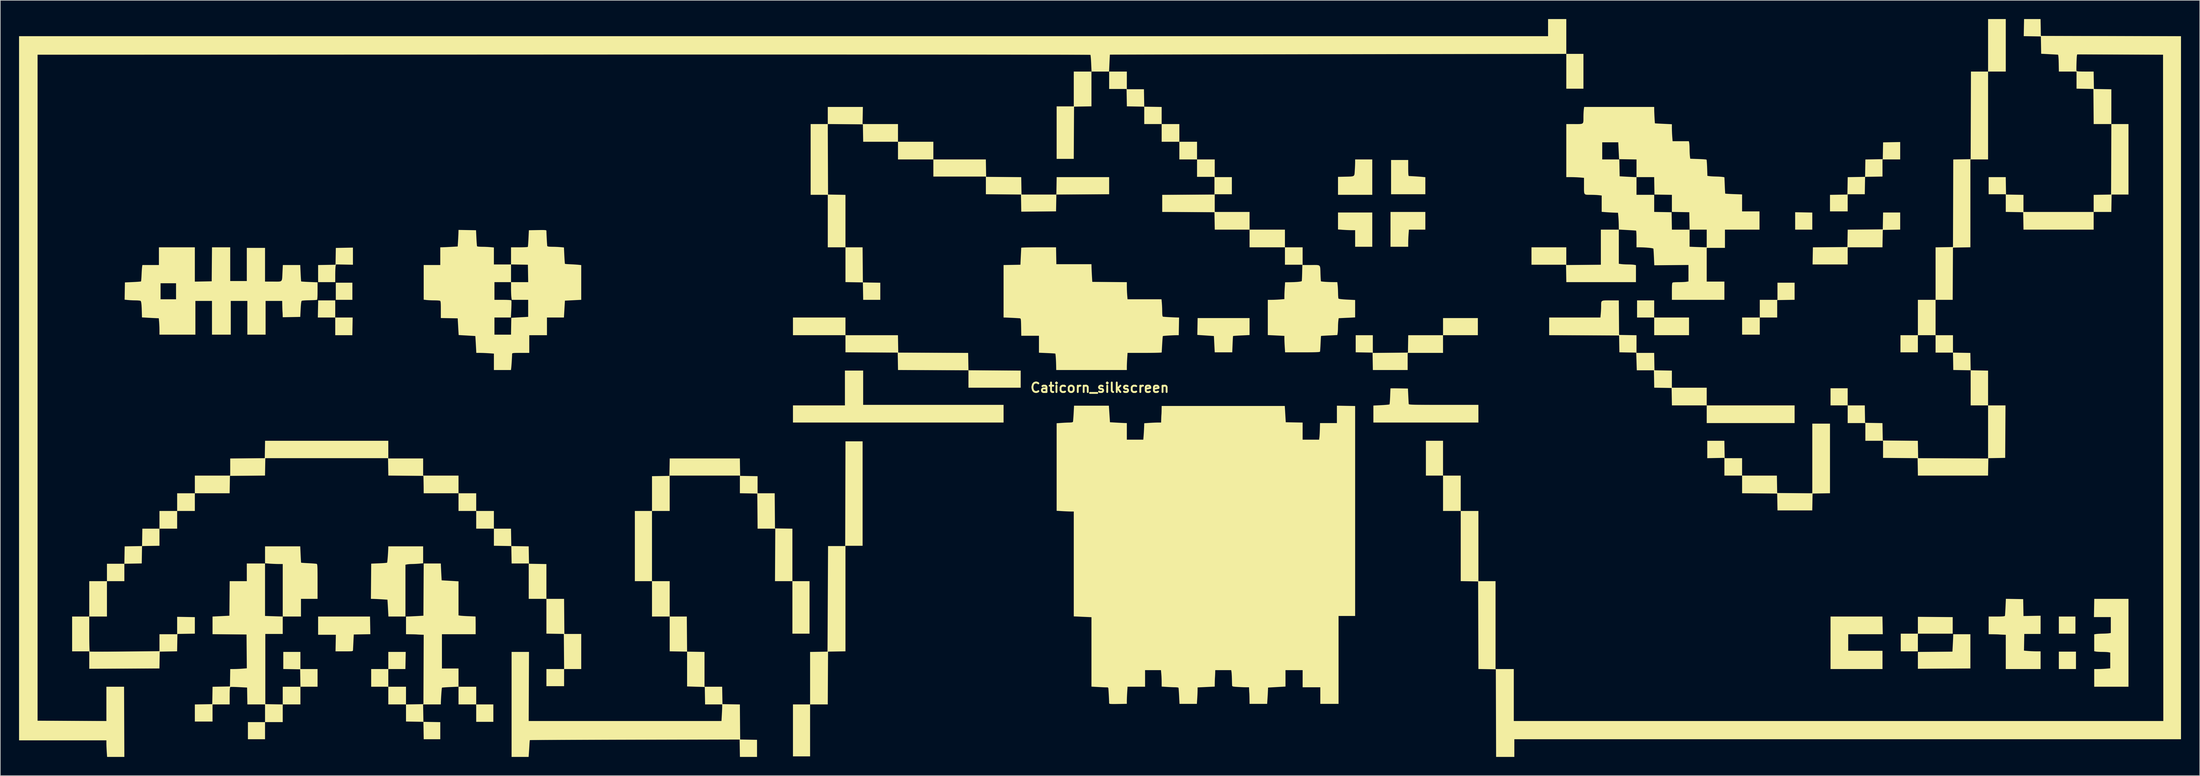
<source format=kicad_pcb>
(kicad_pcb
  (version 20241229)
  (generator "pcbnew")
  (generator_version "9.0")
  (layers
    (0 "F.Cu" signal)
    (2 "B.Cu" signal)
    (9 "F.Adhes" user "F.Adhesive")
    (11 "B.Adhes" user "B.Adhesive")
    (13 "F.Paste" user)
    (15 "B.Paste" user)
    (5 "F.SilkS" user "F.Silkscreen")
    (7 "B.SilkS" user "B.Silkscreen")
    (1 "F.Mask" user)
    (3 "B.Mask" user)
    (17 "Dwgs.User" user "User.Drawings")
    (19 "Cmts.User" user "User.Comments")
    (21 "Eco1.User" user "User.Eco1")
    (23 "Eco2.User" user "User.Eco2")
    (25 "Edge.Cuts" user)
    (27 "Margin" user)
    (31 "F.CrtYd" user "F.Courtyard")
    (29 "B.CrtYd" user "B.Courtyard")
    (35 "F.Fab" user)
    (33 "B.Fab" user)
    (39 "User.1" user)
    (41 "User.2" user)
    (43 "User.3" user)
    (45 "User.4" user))
  (footprint "Caticorn_silkscreen"
    (layer "F.Cu")
    (at 173.021 59.031)
    (property "Reference" "Caticorn_silkscreen" (at 0 0 0) (layer "F.SilkS") (effects (font (size 1.524 1.524) (thickness 0.3))))
    (attr board_only exclude_from_pos_files exclude_from_bom)
    (fp_poly (pts (xy -158.949 36.64) (xy -161.781 36.64) (xy -161.781 30.976) (xy -158.949 30.976)) (stroke (width 0) (type solid)) (fill yes) (layer "F.SilkS"))
    (fp_poly (pts (xy -147.709 22.568) (xy -150.541 22.568) (xy -150.541 19.736) (xy -147.709 19.736)) (stroke (width 0) (type solid)) (fill yes) (layer "F.SilkS"))
    (fp_poly (pts (xy -144.877 19.736) (xy -147.709 19.736) (xy -147.709 16.904) (xy -144.877 16.904)) (stroke (width 0) (type solid)) (fill yes) (layer "F.SilkS"))
    (fp_poly (pts (xy -133.638 56.287) (xy -136.381 56.287) (xy -136.381 53.544) (xy -133.638 53.544)) (stroke (width 0) (type solid)) (fill yes) (layer "F.SilkS"))
    (fp_poly (pts (xy -127.974 50.711) (xy -130.806 50.711) (xy -130.806 47.879) (xy -127.974 47.879)) (stroke (width 0) (type solid)) (fill yes) (layer "F.SilkS"))
    (fp_poly (pts (xy -119.654 -14.072) (xy -122.309 -14.072) (xy -122.309 -16.815) (xy -119.654 -16.815)) (stroke (width 0) (type solid)) (fill yes) (layer "F.SilkS"))
    (fp_poly (pts (xy -113.902 47.879) (xy -116.645 47.879) (xy -116.645 45.047) (xy -113.902 45.047)) (stroke (width 0) (type solid)) (fill yes) (layer "F.SilkS"))
    (fp_poly (pts (xy -111.07 50.711) (xy -113.902 50.711) (xy -113.902 47.879) (xy -111.07 47.879)) (stroke (width 0) (type solid)) (fill yes) (layer "F.SilkS"))
    (fp_poly (pts (xy -99.83 19.736) (xy -102.662 19.736) (xy -102.662 16.904) (xy -99.83 16.904)) (stroke (width 0) (type solid)) (fill yes) (layer "F.SilkS"))
    (fp_poly (pts (xy -99.83 50.711) (xy -102.662 50.711) (xy -102.662 47.879) (xy -99.83 47.879)) (stroke (width 0) (type solid)) (fill yes) (layer "F.SilkS"))
    (fp_poly (pts (xy -97.086 53.499) (xy -99.83 53.499) (xy -99.83 50.711) (xy -97.086 50.711)) (stroke (width 0) (type solid)) (fill yes) (layer "F.SilkS"))
    (fp_poly (pts (xy -96.998 22.568) (xy -99.83 22.568) (xy -99.83 19.736) (xy -96.998 19.736)) (stroke (width 0) (type solid)) (fill yes) (layer "F.SilkS"))
    (fp_poly (pts (xy -85.758 47.791) (xy -88.59 47.791) (xy -88.59 45.047) (xy -85.758 45.047)) (stroke (width 0) (type solid)) (fill yes) (layer "F.SilkS"))
    (fp_poly (pts (xy -71.686 30.976) (xy -74.43 30.976) (xy -74.43 19.736) (xy -71.686 19.736)) (stroke (width 0) (type solid)) (fill yes) (layer "F.SilkS"))
    (fp_poly (pts (xy -68.854 36.64) (xy -71.686 36.64) (xy -71.686 30.976) (xy -68.854 30.976)) (stroke (width 0) (type solid)) (fill yes) (layer "F.SilkS"))
    (fp_poly (pts (xy -46.463 39.383) (xy -49.207 39.383) (xy -49.207 30.976) (xy -46.463 30.976)) (stroke (width 0) (type solid)) (fill yes) (layer "F.SilkS"))
    (fp_poly (pts (xy -46.375 59.031) (xy -49.118 59.031) (xy -49.118 50.711) (xy -46.375 50.711)) (stroke (width 0) (type solid)) (fill yes) (layer "F.SilkS"))
    (fp_poly (pts (xy -43.543 -42.218) (xy -43.543 -42.215) (xy -43.544 -42.215) (xy -43.544 -42.218)) (stroke (width 0) (type solid)) (fill yes) (layer "F.SilkS"))
    (fp_poly (pts (xy -40.711 -8.408) (xy -49.118 -8.408) (xy -49.118 -11.24) (xy -40.711 -11.24)) (stroke (width 0) (type solid)) (fill yes) (layer "F.SilkS"))
    (fp_poly (pts (xy -26.639 -36.551) (xy -32.303 -36.551) (xy -32.303 -39.383) (xy -26.639 -39.383)) (stroke (width 0) (type solid)) (fill yes) (layer "F.SilkS"))
    (fp_poly (pts (xy -12.656 -2.742) (xy -12.656 0) (xy -21.019 0.000138) (xy -21.019 -2.788)) (stroke (width 0) (type solid)) (fill yes) (layer "F.SilkS"))
    (fp_poly (pts (xy 12.744 -39.383) (xy 9.912 -39.383) (xy 9.912 -42.215) (xy 12.744 -42.215)) (stroke (width 0) (type solid)) (fill yes) (layer "F.SilkS"))
    (fp_poly (pts (xy 15.576 -36.551) (xy 12.744 -36.551) (xy 12.744 -39.383) (xy 15.576 -39.383)) (stroke (width 0) (type solid)) (fill yes) (layer "F.SilkS"))
    (fp_poly (pts (xy 29.648 -22.479) (xy 23.984 -22.479) (xy 23.984 -25.311) (xy 29.648 -25.311)) (stroke (width 0) (type solid)) (fill yes) (layer "F.SilkS"))
    (fp_poly (pts (xy 54.96 14.072) (xy 52.216 14.072) (xy 52.216 8.496) (xy 54.96 8.496)) (stroke (width 0) (type solid)) (fill yes) (layer "F.SilkS"))
    (fp_poly (pts (xy 57.792 19.736) (xy 54.96 19.736) (xy 54.96 14.072) (xy 57.792 14.072)) (stroke (width 0) (type solid)) (fill yes) (layer "F.SilkS"))
    (fp_poly (pts (xy 60.535 -8.408) (xy 54.96 -8.408) (xy 54.96 -11.151) (xy 60.535 -11.151)) (stroke (width 0) (type solid)) (fill yes) (layer "F.SilkS"))
    (fp_poly (pts (xy 88.767 -11.24) (xy 86.024 -11.24) (xy 86.024 -13.983) (xy 88.767 -13.983)) (stroke (width 0) (type solid)) (fill yes) (layer "F.SilkS"))
    (fp_poly (pts (xy 94.343 -8.408) (xy 88.767 -8.408) (xy 88.767 -11.24) (xy 94.343 -11.24)) (stroke (width 0) (type solid)) (fill yes) (layer "F.SilkS"))
    (fp_poly (pts (xy 105.671 -8.496) (xy 102.839 -8.496) (xy 102.839 -11.24) (xy 105.671 -11.24)) (stroke (width 0) (type solid)) (fill yes) (layer "F.SilkS"))
    (fp_poly (pts (xy 111.247 5.664) (xy 97.175 5.664) (xy 97.175 2.832) (xy 111.247 2.832)) (stroke (width 0) (type solid)) (fill yes) (layer "F.SilkS"))
    (fp_poly (pts (xy 119.743 2.832) (xy 116.999 2.832) (xy 116.999 0.089) (xy 119.743 0.089)) (stroke (width 0) (type solid)) (fill yes) (layer "F.SilkS"))
    (fp_poly (pts (xy 130.983 -5.664) (xy 128.195 -5.664) (xy 128.195 -8.408) (xy 130.983 -8.408)) (stroke (width 0) (type solid)) (fill yes) (layer "F.SilkS"))
    (fp_poly (pts (xy 130.983 42.215) (xy 128.239 42.215) (xy 128.239 39.383) (xy 130.983 39.383)) (stroke (width 0) (type solid)) (fill yes) (layer "F.SilkS"))
    (fp_poly (pts (xy 133.815 -8.408) (xy 130.983 -8.408) (xy 130.983 -14.072) (xy 133.815 -14.072)) (stroke (width 0) (type solid)) (fill yes) (layer "F.SilkS"))
    (fp_poly (pts (xy 145.054 -50.623) (xy 142.222 -50.623) (xy 142.222 -59.031) (xy 145.054 -59.031)) (stroke (width 0) (type solid)) (fill yes) (layer "F.SilkS"))
    (fp_poly (pts (xy 156.206 39.383) (xy 153.551 39.383) (xy 153.551 36.64) (xy 156.206 36.64)) (stroke (width 0) (type solid)) (fill yes) (layer "F.SilkS"))
    (fp_poly (pts (xy 156.294 45.047) (xy 153.551 45.047) (xy 153.551 42.26) (xy 156.294 42.26)) (stroke (width 0) (type solid)) (fill yes) (layer "F.SilkS"))
    (fp_poly (pts (xy -111.167 45.047) (xy -113.902 45.047) (xy -113.902 42.304) (xy -112.508 42.304) (xy -111.114 42.304)) (stroke (width 0) (type solid)) (fill yes) (layer "F.SilkS"))
    (fp_poly (pts (xy 1.505 -30.977) (xy -6.947 -30.931) (xy -6.923 -32.325) (xy -6.899 -33.719) (xy 1.505 -33.719)) (stroke (width 0) (type solid)) (fill yes) (layer "F.SilkS"))
    (fp_poly (pts (xy 136.558 36.733) (xy 136.558 39.383) (xy 130.983 39.383) (xy 130.983 38.034) (xy 130.982 36.684)) (stroke (width 0) (type solid)) (fill yes) (layer "F.SilkS"))
    (fp_poly (pts (xy 136.602 -5.62) (xy 133.814 -5.62) (xy 133.815 -7.014) (xy 133.815 -8.408) (xy 136.602 -8.408)) (stroke (width 0) (type solid)) (fill yes) (layer "F.SilkS"))
    (fp_poly (pts (xy -156.161 30.976) (xy -157.555 30.976) (xy -158.949 30.976) (xy -158.949 29.582) (xy -158.949 28.188) (xy -156.161 28.188)) (stroke (width 0) (type solid)) (fill yes) (layer "F.SilkS"))
    (fp_poly (pts (xy -150.541 25.307) (xy -151.935 25.331) (xy -153.329 25.356) (xy -153.305 23.962) (xy -153.281 22.568) (xy -150.541 22.568)) (stroke (width 0) (type solid)) (fill yes) (layer "F.SilkS"))
    (fp_poly (pts (xy -122.398 -11.24) (xy -123.792 -11.24) (xy -125.186 -11.239) (xy -125.159 -12.611) (xy -125.133 -13.983) (xy -122.398 -13.983)) (stroke (width 0) (type solid)) (fill yes) (layer "F.SilkS"))
    (fp_poly (pts (xy -119.636 -9.824) (xy -119.663 -8.408) (xy -122.398 -8.408) (xy -122.398 -11.24) (xy -121.004 -11.24) (xy -119.61 -11.24)) (stroke (width 0) (type solid)) (fill yes) (layer "F.SilkS"))
    (fp_poly (pts (xy -106.932 53.524) (xy -105.583 53.548) (xy -105.583 56.287) (xy -108.233 56.287) (xy -108.258 54.893) (xy -108.282 53.499)) (stroke (width 0) (type solid)) (fill yes) (layer "F.SilkS"))
    (fp_poly (pts (xy -94.234 23.962) (xy -94.21 25.356) (xy -95.604 25.331) (xy -96.998 25.307) (xy -96.998 22.568) (xy -94.259 22.568)) (stroke (width 0) (type solid)) (fill yes) (layer "F.SilkS"))
    (fp_poly (pts (xy -66.09 39.45) (xy -66.067 42.26) (xy -67.46 42.235) (xy -68.854 42.211) (xy -68.854 36.64) (xy -66.113 36.64)) (stroke (width 0) (type solid)) (fill yes) (layer "F.SilkS"))
    (fp_poly (pts (xy -37.946 -19.67) (xy -37.923 -16.86) (xy -39.317 -16.884) (xy -40.711 -16.908) (xy -40.711 -22.479) (xy -37.97 -22.479)) (stroke (width 0) (type solid)) (fill yes) (layer "F.SilkS"))
    (fp_poly (pts (xy -36.529 -16.835) (xy -35.135 -16.811) (xy -35.135 -14.072) (xy -37.874 -14.072) (xy -37.899 -15.466) (xy -37.923 -16.86)) (stroke (width 0) (type solid)) (fill yes) (layer "F.SilkS"))
    (fp_poly (pts (xy 8.518 -44.979) (xy 9.912 -44.954) (xy 9.912 -42.215) (xy 8.518 -42.215) (xy 7.124 -42.215) (xy 7.124 -45.003)) (stroke (width 0) (type solid)) (fill yes) (layer "F.SilkS"))
    (fp_poly (pts (xy 112.707 -28.073) (xy 114.079 -28.046) (xy 114.079 -25.311) (xy 111.335 -25.311) (xy 111.335 -26.705) (xy 111.335 -28.099)) (stroke (width 0) (type solid)) (fill yes) (layer "F.SilkS"))
    (fp_poly (pts (xy 140.828 -2.763) (xy 142.222 -2.739) (xy 142.222 2.832) (xy 140.828 2.832) (xy 139.434 2.832) (xy 139.434 -2.788)) (stroke (width 0) (type solid)) (fill yes) (layer "F.SilkS"))
    (fp_poly (pts (xy -153.354 26.747) (xy -153.378 28.139) (xy -154.77 28.163) (xy -156.161 28.188) (xy -156.137 26.796) (xy -156.113 25.404) (xy -154.721 25.38) (xy -153.329 25.356)) (stroke (width 0) (type solid)) (fill yes) (layer "F.SilkS"))
    (fp_poly (pts (xy -37.879 2.744) (xy -15.399 2.744) (xy -15.399 5.576) (xy -49.118 5.576) (xy -49.118 2.832) (xy -40.799 2.832) (xy -40.799 -2.744) (xy -37.879 -2.744)) (stroke (width 0) (type solid)) (fill yes) (layer "F.SilkS"))
    (fp_poly (pts (xy 137.994 -5.596) (xy 139.386 -5.571) (xy 139.41 -4.179) (xy 139.434 -2.788) (xy 138.043 -2.812) (xy 136.651 -2.837) (xy 136.627 -4.228) (xy 136.602 -5.62)) (stroke (width 0) (type solid)) (fill yes) (layer "F.SilkS"))
    (fp_poly (pts (xy -1.328 -45.052) (xy -2.721 -45.028) (xy -4.115 -45.003) (xy -4.161 -36.64) (xy -6.903 -36.64) (xy -6.903 -45.047) (xy -4.16 -45.047) (xy -4.16 -50.623) (xy -1.328 -50.623)) (stroke (width 0) (type solid)) (fill yes) (layer "F.SilkS"))
    (fp_poly (pts (xy -127.974 45.047) (xy -125.23 45.047) (xy -125.23 47.879) (xy -127.969 47.879) (xy -127.993 46.486) (xy -128.018 45.092) (xy -129.367 45.067) (xy -130.717 45.043) (xy -130.717 42.304) (xy -127.974 42.304)) (stroke (width 0) (type solid)) (fill yes) (layer "F.SilkS"))
    (fp_poly (pts (xy -85.737 36.618) (xy -85.714 39.428) (xy -83.014 39.428) (xy -83.015 42.237) (xy -83.015 45.047) (xy -85.756 45.047) (xy -85.802 39.428) (xy -88.59 39.379) (xy -88.59 33.808) (xy -85.761 33.808)) (stroke (width 0) (type solid)) (fill yes) (layer "F.SilkS"))
    (fp_poly (pts (xy -43.521 -36.575) (xy -43.499 -30.931) (xy -42.105 -30.907) (xy -40.711 -30.883) (xy -40.711 -22.479) (xy -43.543 -22.479) (xy -43.543 -30.887) (xy -46.286 -30.887) (xy -46.286 -42.215) (xy -43.544 -42.215)) (stroke (width 0) (type solid)) (fill yes) (layer "F.SilkS"))
    (fp_poly (pts (xy 111.247 -14.076) (xy 109.853 -14.052) (xy 108.459 -14.028) (xy 108.459 -11.24) (xy 107.065 -11.24) (xy 105.671 -11.24) (xy 105.671 -14.072) (xy 108.503 -14.072) (xy 108.503 -16.815) (xy 111.247 -16.815)) (stroke (width 0) (type solid)) (fill yes) (layer "F.SilkS"))
    (fp_poly (pts (xy 125.336 38.056) (xy 125.363 39.472) (xy 122.597 39.472) (xy 119.831 39.472) (xy 119.831 42.127) (xy 125.318 42.127) (xy 125.318 45.047) (xy 116.999 45.047) (xy 116.999 36.64) (xy 125.31 36.64)) (stroke (width 0) (type solid)) (fill yes) (layer "F.SilkS"))
    (fp_poly (pts (xy 43.631 -22.568) (xy 40.888 -22.568) (xy 40.888 -25.223) (xy 40.326 -25.223) (xy 39.966 -25.23) (xy 39.514 -25.248) (xy 39.056 -25.274) (xy 38.954 -25.28) (xy 38.144 -25.338) (xy 38.144 -28.055) (xy 43.631 -28.055)) (stroke (width 0) (type solid)) (fill yes) (layer "F.SilkS"))
    (fp_poly (pts (xy 52.128 -25.311) (xy 49.499 -25.311) (xy 49.442 -24.581) (xy 49.413 -24.126) (xy 49.393 -23.633) (xy 49.385 -23.21) (xy 49.385 -23.21) (xy 49.384 -22.568) (xy 46.552 -22.568) (xy 46.552 -28.144) (xy 52.128 -28.144)) (stroke (width 0) (type solid)) (fill yes) (layer "F.SilkS"))
    (fp_poly (pts (xy 164.702 -30.931) (xy 162.002 -30.931) (xy 161.978 -29.537) (xy 161.954 -28.144) (xy 159.126 -28.144) (xy 159.126 -30.883) (xy 160.52 -30.907) (xy 161.914 -30.931) (xy 161.937 -36.573) (xy 161.959 -42.215) (xy 164.702 -42.215)) (stroke (width 0) (type solid)) (fill yes) (layer "F.SilkS"))
    (fp_poly (pts (xy -92.818 25.38) (xy -91.427 25.404) (xy -91.402 26.796) (xy -91.378 28.188) (xy -89.984 28.212) (xy -88.59 28.237) (xy -88.59 33.808) (xy -91.422 33.808) (xy -91.422 28.144) (xy -94.161 28.144) (xy -94.186 26.75) (xy -94.21 25.356)) (stroke (width 0) (type solid)) (fill yes) (layer "F.SilkS"))
    (fp_poly (pts (xy -37.949 -43.587) (xy -37.976 -42.215) (xy -32.303 -42.215) (xy -32.303 -39.383) (xy -37.874 -39.383) (xy -37.899 -40.777) (xy -37.923 -42.171) (xy -40.734 -42.194) (xy -43.543 -42.218) (xy -43.543 -44.959) (xy -40.733 -44.959) (xy -37.923 -44.959)) (stroke (width 0) (type solid)) (fill yes) (layer "F.SilkS"))
    (fp_poly (pts (xy 4.337 -47.791) (xy 7.076 -47.791) (xy 7.1 -46.397) (xy 7.124 -45.003) (xy 5.733 -45.027) (xy 4.341 -45.052) (xy 4.317 -46.444) (xy 4.292 -47.835) (xy 1.504 -47.835) (xy 1.504 -49.229) (xy 1.505 -50.623) (xy 4.337 -50.623)) (stroke (width 0) (type solid)) (fill yes) (layer "F.SilkS"))
    (fp_poly (pts (xy 100.027 9.89) (xy 100.051 11.284) (xy 102.839 11.284) (xy 102.839 12.678) (xy 102.839 14.072) (xy 100.007 14.072) (xy 100.007 11.231) (xy 98.635 11.258) (xy 97.263 11.284) (xy 97.263 9.89) (xy 97.263 8.496) (xy 100.002 8.496)) (stroke (width 0) (type solid)) (fill yes) (layer "F.SilkS"))
    (fp_poly (pts (xy 122.506 -32.37) (xy 122.482 -30.976) (xy 119.743 -30.976) (xy 119.743 -28.232) (xy 116.911 -28.232) (xy 116.911 -30.883) (xy 118.305 -30.907) (xy 119.699 -30.931) (xy 119.723 -32.323) (xy 119.747 -33.715) (xy 121.139 -33.739) (xy 122.531 -33.763)) (stroke (width 0) (type solid)) (fill yes) (layer "F.SilkS"))
    (fp_poly (pts (xy -32.283 -7.014) (xy -32.259 -5.62) (xy -26.663 -5.597) (xy -21.068 -5.574) (xy -21.044 -4.181) (xy -21.019 -2.788) (xy -32.299 -2.833) (xy -32.323 -4.227) (xy -32.347 -5.62) (xy -36.529 -5.643) (xy -40.711 -5.666) (xy -40.711 -8.408) (xy -32.308 -8.408)) (stroke (width 0) (type solid)) (fill yes) (layer "F.SilkS"))
    (fp_poly (pts (xy 128.151 -37.945) (xy 128.151 -36.551) (xy 125.318 -36.551) (xy 125.318 -33.812) (xy 123.925 -33.788) (xy 122.531 -33.763) (xy 122.555 -35.155) (xy 122.579 -36.547) (xy 123.971 -36.571) (xy 125.363 -36.595) (xy 125.387 -37.941) (xy 125.412 -39.286) (xy 126.781 -39.313) (xy 128.151 -39.339)) (stroke (width 0) (type solid)) (fill yes) (layer "F.SilkS"))
    (fp_poly (pts (xy 139.39 44.956) (xy 135.186 44.979) (xy 130.983 45.003) (xy 130.983 43.655) (xy 130.983 42.306) (xy 133.748 42.283) (xy 136.514 42.26) (xy 136.569 41.242) (xy 136.592 40.792) (xy 136.613 40.368) (xy 136.628 40.025) (xy 136.635 39.848) (xy 136.647 39.472) (xy 139.39 39.472)) (stroke (width 0) (type solid)) (fill yes) (layer "F.SilkS"))
    (fp_poly (pts (xy -37.967 25.311) (xy -40.711 25.311) (xy -40.711 42.211) (xy -42.105 42.235) (xy -43.499 42.26) (xy -43.522 46.486) (xy -43.545 50.711) (xy -46.375 50.711) (xy -46.375 42.308) (xy -43.587 42.26) (xy -43.499 25.356) (xy -40.755 25.356) (xy -40.732 16.97) (xy -40.71 8.585) (xy -37.967 8.585)) (stroke (width 0) (type solid)) (fill yes) (layer "F.SilkS"))
    (fp_poly (pts (xy 43.72 -5.573) (xy 46.53 -5.596) (xy 49.34 -5.62) (xy 49.364 -7.014) (xy 49.388 -8.408) (xy 54.96 -8.408) (xy 54.96 -5.576) (xy 49.295 -5.576) (xy 49.295 -2.832) (xy 43.724 -2.832) (xy 43.7 -4.226) (xy 43.676 -5.62) (xy 42.326 -5.644) (xy 40.976 -5.669) (xy 40.976 -8.408) (xy 43.72 -8.408)) (stroke (width 0) (type solid)) (fill yes) (layer "F.SilkS"))
    (fp_poly (pts (xy 142.222 -36.551) (xy 139.39 -36.551) (xy 139.39 -22.484) (xy 137.996 -22.46) (xy 136.602 -22.435) (xy 136.579 -18.253) (xy 136.556 -14.072) (xy 133.815 -14.072) (xy 133.815 -22.475) (xy 136.602 -22.524) (xy 136.625 -29.535) (xy 136.648 -36.547) (xy 139.434 -36.595) (xy 139.457 -43.609) (xy 139.48 -50.623) (xy 142.222 -50.623)) (stroke (width 0) (type solid)) (fill yes) (layer "F.SilkS"))
    (fp_poly (pts (xy 145.074 -32.325) (xy 145.099 -30.931) (xy 146.493 -30.907) (xy 147.886 -30.883) (xy 147.886 -28.144) (xy 159.126 -28.144) (xy 159.126 -25.311) (xy 147.891 -25.311) (xy 147.867 -26.705) (xy 147.842 -28.099) (xy 146.448 -28.124) (xy 145.054 -28.148) (xy 145.054 -30.976) (xy 142.311 -30.976) (xy 142.311 -33.719) (xy 145.05 -33.719)) (stroke (width 0) (type solid)) (fill yes) (layer "F.SilkS"))
    (fp_poly (pts (xy -119.566 -19.692) (xy -122.286 -19.744) (xy -122.342 -19.464) (xy -122.363 -19.268) (xy -122.381 -18.941) (xy -122.393 -18.526) (xy -122.398 -18.068) (xy -122.398 -18.043) (xy -122.398 -16.904) (xy -125.141 -16.904) (xy -125.141 -19.643) (xy -123.748 -19.667) (xy -122.354 -19.692) (xy -122.329 -21.037) (xy -122.305 -22.382) (xy -120.935 -22.409) (xy -119.566 -22.435)) (stroke (width 0) (type solid)) (fill yes) (layer "F.SilkS"))
    (fp_poly (pts (xy -18.211 -35.157) (xy -18.187 -33.763) (xy -15.379 -33.74) (xy -12.572 -33.717) (xy -12.547 -32.324) (xy -12.523 -30.931) (xy -6.947 -30.931) (xy -6.972 -29.584) (xy -6.996 -28.237) (xy -12.563 -28.188) (xy -12.587 -29.56) (xy -12.611 -30.931) (xy -18.231 -30.978) (xy -18.231 -33.808) (xy -26.639 -33.808) (xy -26.639 -36.551) (xy -18.236 -36.551)) (stroke (width 0) (type solid)) (fill yes) (layer "F.SilkS"))
    (fp_poly (pts (xy 49.384 -35.179) (xy 49.388 -34.647) (xy 49.401 -34.272) (xy 49.425 -34.035) (xy 49.461 -33.916) (xy 49.495 -33.894) (xy 49.759 -33.883) (xy 50.142 -33.863) (xy 50.583 -33.836) (xy 51.024 -33.806) (xy 51.408 -33.777) (xy 51.663 -33.755) (xy 52.128 -33.706) (xy 52.128 -30.976) (xy 46.64 -30.976) (xy 46.64 -36.463) (xy 49.384 -36.463)) (stroke (width 0) (type solid)) (fill yes) (layer "F.SilkS"))
    (fp_poly (pts (xy 116.911 16.899) (xy 115.517 16.924) (xy 114.123 16.948) (xy 114.099 18.298) (xy 114.074 19.647) (xy 108.508 19.647) (xy 108.483 18.298) (xy 108.459 16.948) (xy 105.649 16.925) (xy 102.839 16.901) (xy 102.839 14.072) (xy 108.41 14.072) (xy 108.435 15.466) (xy 108.459 16.86) (xy 111.269 16.883) (xy 114.079 16.906) (xy 114.079 5.753) (xy 116.911 5.753)) (stroke (width 0) (type solid)) (fill yes) (layer "F.SilkS"))
    (fp_poly (pts (xy 43.631 -30.887) (xy 38.144 -30.887) (xy 38.144 -32.325) (xy 38.144 -33.763) (xy 39.228 -33.789) (xy 39.784 -33.801) (xy 40.188 -33.816) (xy 40.465 -33.85) (xy 40.641 -33.919) (xy 40.741 -34.037) (xy 40.79 -34.221) (xy 40.813 -34.484) (xy 40.83 -34.763) (xy 40.856 -35.2) (xy 40.875 -35.63) (xy 40.886 -35.983) (xy 40.887 -36.087) (xy 40.888 -36.551) (xy 43.631 -36.551)) (stroke (width 0) (type solid)) (fill yes) (layer "F.SilkS"))
    (fp_poly (pts (xy 128.151 -25.316) (xy 126.757 -25.292) (xy 125.363 -25.267) (xy 125.338 -23.873) (xy 125.314 -22.479) (xy 119.743 -22.479) (xy 119.743 -19.736) (xy 116.933 -19.736) (xy 114.123 -19.736) (xy 114.149 -21.106) (xy 114.176 -22.477) (xy 116.937 -22.5) (xy 119.699 -22.524) (xy 119.723 -23.916) (xy 119.747 -25.309) (xy 125.363 -25.356) (xy 125.387 -26.705) (xy 125.412 -28.055) (xy 128.151 -28.055)) (stroke (width 0) (type solid)) (fill yes) (layer "F.SilkS"))
    (fp_poly (pts (xy 18.408 -33.719) (xy 21.152 -33.719) (xy 21.152 -30.976) (xy 18.408 -30.976) (xy 18.408 -28.144) (xy 23.984 -28.144) (xy 23.984 -25.311) (xy 18.413 -25.311) (xy 18.388 -26.705) (xy 18.364 -28.099) (xy 14.182 -28.122) (xy 10.001 -28.145) (xy 10.001 -30.885) (xy 14.182 -30.908) (xy 18.364 -30.931) (xy 18.364 -33.763) (xy 15.576 -33.763) (xy 15.576 -35.157) (xy 15.576 -36.551) (xy 18.408 -36.551)) (stroke (width 0) (type solid)) (fill yes) (layer "F.SilkS"))
    (fp_poly (pts (xy -116.804 38.054) (xy -116.778 39.468) (xy -118.106 39.492) (xy -119.433 39.516) (xy -119.489 40.667) (xy -119.511 41.117) (xy -119.531 41.518) (xy -119.546 41.828) (xy -119.555 42.006) (xy -119.556 42.016) (xy -119.565 42.091) (xy -119.599 42.144) (xy -119.686 42.18) (xy -119.851 42.201) (xy -120.119 42.211) (xy -120.517 42.215) (xy -120.96 42.215) (xy -122.354 42.216) (xy -122.327 40.888) (xy -122.301 39.56) (xy -125.141 39.56) (xy -125.141 36.64) (xy -116.831 36.64)) (stroke (width 0) (type solid)) (fill yes) (layer "F.SilkS"))
    (fp_poly (pts (xy 23.984 -8.433) (xy 22.68 -8.37) (xy 22.219 -8.346) (xy 21.826 -8.322) (xy 21.532 -8.3) (xy 21.369 -8.283) (xy 21.347 -8.278) (xy 21.333 -8.184) (xy 21.315 -7.945) (xy 21.295 -7.594) (xy 21.274 -7.16) (xy 21.266 -6.957) (xy 21.213 -5.664) (xy 18.408 -5.664) (xy 18.396 -5.907) (xy 18.387 -6.091) (xy 18.371 -6.405) (xy 18.351 -6.806) (xy 18.33 -7.213) (xy 18.276 -8.275) (xy 15.621 -8.452) (xy 15.645 -9.802) (xy 15.669 -11.151) (xy 23.984 -11.151)) (stroke (width 0) (type solid)) (fill yes) (layer "F.SilkS"))
    (fp_poly (pts (xy 81.665 -25.312) (xy 83.103 -25.311) (xy 83.103 -19.848) (xy 83.514 -19.792) (xy 83.813 -19.764) (xy 84.205 -19.744) (xy 84.606 -19.736) (xy 84.609 -19.736) (xy 84.981 -19.729) (xy 85.321 -19.71) (xy 85.557 -19.683) (xy 85.57 -19.681) (xy 85.847 -19.625) (xy 85.847 -16.904) (xy 74.7 -16.904) (xy 74.676 -18.298) (xy 74.651 -19.692) (xy 69.12 -19.692) (xy 69.12 -21.086) (xy 69.12 -22.479) (xy 74.695 -22.479) (xy 74.695 -19.645) (xy 77.461 -19.668) (xy 80.227 -19.692) (xy 80.227 -25.312)) (stroke (width 0) (type solid)) (fill yes) (layer "F.SilkS"))
    (fp_poly (pts (xy -57.595 12.722) (xy -57.57 14.116) (xy -56.176 14.14) (xy -54.783 14.165) (xy -54.783 16.904) (xy -52.042 16.904) (xy -52.018 19.714) (xy -51.995 22.524) (xy -50.601 22.548) (xy -49.207 22.572) (xy -49.207 30.976) (xy -50.601 30.976) (xy -51.995 30.976) (xy -51.971 26.772) (xy -51.947 22.568) (xy -54.78 22.568) (xy -54.803 19.758) (xy -54.827 16.948) (xy -56.221 16.924) (xy -57.615 16.899) (xy -57.615 14.072) (xy -68.854 14.072) (xy -68.854 19.736) (xy -71.686 19.736) (xy -71.686 14.165) (xy -70.293 14.14) (xy -68.899 14.116) (xy -68.85 11.328) (xy -57.619 11.328)) (stroke (width 0) (type solid)) (fill yes) (layer "F.SilkS"))
    (fp_poly (pts (xy -113.902 11.328) (xy -108.326 11.328) (xy -108.326 14.072) (xy -102.662 14.072) (xy -102.662 16.904) (xy -108.238 16.904) (xy -108.243 16.174) (xy -108.248 15.712) (xy -108.256 15.208) (xy -108.265 14.78) (xy -108.282 14.116) (xy -111.09 14.093) (xy -113.897 14.069) (xy -113.922 12.677) (xy -113.946 11.284) (xy -133.593 11.284) (xy -133.618 12.677) (xy -133.642 14.069) (xy -136.45 14.093) (xy -139.257 14.116) (xy -139.282 15.51) (xy -139.306 16.904) (xy -144.877 16.904) (xy -144.877 14.072) (xy -139.213 14.072) (xy -139.213 11.331) (xy -136.448 11.307) (xy -133.682 11.284) (xy -133.658 9.89) (xy -133.633 8.496) (xy -113.902 8.496)) (stroke (width 0) (type solid)) (fill yes) (layer "F.SilkS"))
    (fp_poly (pts (xy 144.986 7.034) (xy 144.962 11.235) (xy 143.615 11.26) (xy 142.267 11.284) (xy 142.242 12.678) (xy 142.218 14.072) (xy 130.987 14.072) (xy 130.963 12.678) (xy 130.938 11.284) (xy 128.173 11.261) (xy 125.407 11.237) (xy 125.407 8.496) (xy 122.575 8.496) (xy 122.575 5.664) (xy 119.743 5.664) (xy 119.743 2.832) (xy 122.482 2.832) (xy 122.506 4.226) (xy 122.531 5.62) (xy 123.922 5.644) (xy 125.314 5.669) (xy 125.338 7.06) (xy 125.363 8.452) (xy 128.17 8.475) (xy 130.978 8.499) (xy 131.002 9.891) (xy 131.027 11.284) (xy 136.625 11.307) (xy 142.222 11.33) (xy 142.222 2.832) (xy 143.616 2.832) (xy 145.01 2.832)) (stroke (width 0) (type solid)) (fill yes) (layer "F.SilkS"))
    (fp_poly (pts (xy 164.702 47.879) (xy 159.215 47.879) (xy 159.215 45.047) (xy 159.821 45.047) (xy 160.237 45.039) (xy 160.717 45.017) (xy 161.104 44.99) (xy 161.781 44.933) (xy 161.781 42.414) (xy 161.505 42.359) (xy 161.284 42.333) (xy 160.951 42.313) (xy 160.572 42.304) (xy 160.498 42.304) (xy 160.116 42.297) (xy 159.77 42.279) (xy 159.522 42.254) (xy 159.491 42.249) (xy 159.215 42.193) (xy 159.215 39.491) (xy 159.502 39.44) (xy 159.727 39.415) (xy 160.064 39.394) (xy 160.449 39.381) (xy 160.542 39.379) (xy 160.93 39.369) (xy 161.285 39.351) (xy 161.542 39.328) (xy 161.582 39.322) (xy 161.87 39.275) (xy 161.87 36.728) (xy 160.52 36.728) (xy 159.17 36.728) (xy 159.197 35.268) (xy 159.223 33.808) (xy 164.702 33.808)) (stroke (width 0) (type solid)) (fill yes) (layer "F.SilkS"))
    (fp_poly (pts (xy -127.942 26.699) (xy -127.92 27.158) (xy -127.898 27.548) (xy -127.88 27.839) (xy -127.866 27.999) (xy -127.861 28.02) (xy -127.77 28.032) (xy -127.536 28.05) (xy -127.192 28.072) (xy -126.772 28.095) (xy -126.69 28.099) (xy -126.245 28.124) (xy -125.854 28.151) (xy -125.558 28.177) (xy -125.394 28.198) (xy -125.385 28.2) (xy -125.342 28.223) (xy -125.307 28.278) (xy -125.281 28.381) (xy -125.261 28.553) (xy -125.247 28.81) (xy -125.238 29.173) (xy -125.233 29.658) (xy -125.23 30.284) (xy -125.23 31.026) (xy -125.23 33.808) (xy -127.885 33.808) (xy -127.885 36.64) (xy -130.806 36.64) (xy -130.806 28.232) (xy -131.411 28.232) (xy -131.796 28.225) (xy -132.267 28.207) (xy -132.735 28.181) (xy -132.828 28.175) (xy -133.638 28.117) (xy -133.638 25.4) (xy -128.001 25.4)) (stroke (width 0) (type solid)) (fill yes) (layer "F.SilkS"))
    (fp_poly (pts (xy -161.781 39.422) (xy -161.779 40.106) (xy -161.773 40.732) (xy -161.763 41.278) (xy -161.75 41.723) (xy -161.735 42.045) (xy -161.718 42.222) (xy -161.709 42.249) (xy -161.61 42.256) (xy -161.35 42.261) (xy -160.943 42.264) (xy -160.404 42.265) (xy -159.749 42.264) (xy -158.994 42.262) (xy -158.153 42.257) (xy -157.241 42.251) (xy -156.274 42.242) (xy -156.089 42.24) (xy -150.541 42.187) (xy -150.541 39.472) (xy -147.709 39.472) (xy -147.71 38.078) (xy -147.71 36.684) (xy -146.294 36.71) (xy -144.877 36.737) (xy -144.877 39.379) (xy -146.271 39.403) (xy -147.665 39.428) (xy -147.69 40.819) (xy -147.714 42.211) (xy -149.106 42.235) (xy -150.497 42.26) (xy -150.522 43.608) (xy -150.546 44.956) (xy -156.164 44.98) (xy -161.781 45.003) (xy -161.781 42.215) (xy -164.525 42.215) (xy -164.525 36.64) (xy -161.781 36.64)) (stroke (width 0) (type solid)) (fill yes) (layer "F.SilkS"))
    (fp_poly (pts (xy 146.458 33.828) (xy 147.842 33.852) (xy 147.867 35.206) (xy 147.891 36.56) (xy 150.63 36.507) (xy 150.63 37.967) (xy 150.63 39.428) (xy 148.019 39.428) (xy 147.995 40.764) (xy 147.97 42.1) (xy 148.65 42.158) (xy 149.103 42.188) (xy 149.603 42.209) (xy 149.98 42.215) (xy 150.63 42.215) (xy 150.63 45.047) (xy 145.054 45.047) (xy 145.054 39.56) (xy 144.59 39.544) (xy 144.287 39.531) (xy 144.035 39.516) (xy 143.948 39.508) (xy 143.779 39.498) (xy 143.488 39.489) (xy 143.132 39.482) (xy 143.041 39.48) (xy 142.311 39.472) (xy 142.311 36.64) (xy 143.597 36.64) (xy 144.14 36.635) (xy 144.526 36.621) (xy 144.771 36.595) (xy 144.895 36.556) (xy 144.919 36.529) (xy 144.935 36.405) (xy 144.956 36.139) (xy 144.98 35.764) (xy 145.004 35.316) (xy 145.014 35.111) (xy 145.073 33.803)) (stroke (width 0) (type solid)) (fill yes) (layer "F.SilkS"))
    (fp_poly (pts (xy -108.326 28.118) (xy -109.003 28.175) (xy -109.412 28.204) (xy -109.825 28.225) (xy -110.143 28.232) (xy -110.472 28.243) (xy -110.776 28.271) (xy -110.882 28.287) (xy -111.158 28.343) (xy -111.158 36.64) (xy -113.884 36.64) (xy -113.941 35.6) (xy -113.966 35.155) (xy -113.99 34.746) (xy -114.009 34.422) (xy -114.02 34.25) (xy -114.042 33.94) (xy -114.923 33.884) (xy -115.36 33.859) (xy -115.786 33.836) (xy -116.133 33.822) (xy -116.247 33.818) (xy -116.69 33.808) (xy -116.665 30.989) (xy -116.641 28.17) (xy -115.397 28.12) (xy -114.945 28.099) (xy -114.559 28.074) (xy -114.271 28.047) (xy -114.115 28.023) (xy -114.098 28.015) (xy -114.074 27.913) (xy -114.044 27.67) (xy -114.011 27.325) (xy -113.978 26.913) (xy -113.948 26.471) (xy -113.924 26.037) (xy -113.909 25.647) (xy -113.908 25.643) (xy -113.902 25.4) (xy -108.326 25.4)) (stroke (width 0) (type solid)) (fill yes) (layer "F.SilkS"))
    (fp_poly (pts (xy 81.74 -13.983) (xy 83.101 -13.983) (xy 83.124 -11.218) (xy 83.147 -8.452) (xy 84.541 -8.428) (xy 85.935 -8.403) (xy 85.935 -5.576) (xy 88.763 -5.576) (xy 88.787 -4.182) (xy 88.811 -2.788) (xy 90.205 -2.763) (xy 91.599 -2.739) (xy 91.599 0) (xy 97.175 0) (xy 97.175 2.832) (xy 91.604 2.832) (xy 91.579 1.438) (xy 91.555 0.044) (xy 90.163 0.02) (xy 88.772 -0.004) (xy 88.747 -1.396) (xy 88.723 -2.788) (xy 85.979 -2.788) (xy 85.891 -5.62) (xy 84.544 -5.644) (xy 83.196 -5.669) (xy 83.172 -7.016) (xy 83.147 -8.363) (xy 77.55 -8.386) (xy 71.952 -8.409) (xy 71.952 -11.24) (xy 80.157 -11.24) (xy 80.213 -11.837) (xy 80.245 -12.266) (xy 80.266 -12.733) (xy 80.272 -13.01) (xy 80.272 -13.369) (xy 80.285 -13.627) (xy 80.338 -13.801) (xy 80.454 -13.907) (xy 80.659 -13.962) (xy 80.978 -13.982) (xy 81.435 -13.984)) (stroke (width 0) (type solid)) (fill yes) (layer "F.SilkS"))
    (fp_poly (pts (xy 47.214 0.099) (xy 47.65 0.104) (xy 47.946 0.108) (xy 49.34 0.133) (xy 49.396 1.283) (xy 49.418 1.729) (xy 49.438 2.119) (xy 49.453 2.416) (xy 49.462 2.579) (xy 49.462 2.589) (xy 49.472 2.62) (xy 49.507 2.647) (xy 49.578 2.67) (xy 49.7 2.689) (xy 49.884 2.704) (xy 50.144 2.716) (xy 50.492 2.726) (xy 50.942 2.733) (xy 51.505 2.737) (xy 52.196 2.741) (xy 53.026 2.743) (xy 54.008 2.743) (xy 55.048 2.744) (xy 60.624 2.744) (xy 60.624 5.576) (xy 43.808 5.576) (xy 43.808 2.857) (xy 45.07 2.794) (xy 45.525 2.767) (xy 45.915 2.737) (xy 46.208 2.707) (xy 46.368 2.68) (xy 46.388 2.671) (xy 46.412 2.565) (xy 46.438 2.316) (xy 46.463 1.958) (xy 46.486 1.523) (xy 46.492 1.372) (xy 46.51 0.924) (xy 46.525 0.545) (xy 46.537 0.266) (xy 46.544 0.121) (xy 46.546 0.108) (xy 46.631 0.102) (xy 46.864 0.099)) (stroke (width 0) (type solid)) (fill yes) (layer "F.SilkS"))
    (fp_poly (pts (xy -64.673 42.284) (xy -63.279 42.308) (xy -63.279 47.879) (xy -60.451 47.879) (xy -60.427 49.273) (xy -60.402 50.667) (xy -59.01 50.692) (xy -57.617 50.716) (xy -57.594 53.524) (xy -57.57 56.331) (xy -56.221 56.356) (xy -54.871 56.38) (xy -54.871 59.119) (xy -57.61 59.119) (xy -57.635 57.727) (xy -57.659 56.336) (xy -74.43 56.364) (xy -76.14 56.367) (xy -77.802 56.37) (xy -79.407 56.374) (xy -80.948 56.378) (xy -82.416 56.382) (xy -83.801 56.386) (xy -85.095 56.39) (xy -86.29 56.394) (xy -87.378 56.399) (xy -88.348 56.403) (xy -89.193 56.407) (xy -89.904 56.412) (xy -90.473 56.416) (xy -90.89 56.42) (xy -91.148 56.424) (xy -91.237 56.428) (xy -91.259 56.527) (xy -91.283 56.754) (xy -91.303 57.06) (xy -91.303 57.061) (xy -91.325 57.459) (xy -91.354 57.932) (xy -91.385 58.38) (xy -91.385 58.389) (xy -91.438 59.119) (xy -94.166 59.119) (xy -94.166 42.304) (xy -92.772 42.304) (xy -91.378 42.304) (xy -91.401 47.835) (xy -91.425 53.367) (xy -60.562 53.367) (xy -60.505 52.371) (xy -60.481 51.931) (xy -60.462 51.523) (xy -60.45 51.2) (xy -60.447 51.043) (xy -60.447 50.711) (xy -63.186 50.711) (xy -63.21 49.318) (xy -63.234 47.924) (xy -66.067 47.835) (xy -66.067 42.26)) (stroke (width 0) (type solid)) (fill yes) (layer "F.SilkS"))
    (fp_poly (pts (xy -133.638 36.545) (xy -132.819 36.574) (xy -132.363 36.59) (xy -131.887 36.606) (xy -131.479 36.619) (xy -131.403 36.621) (xy -130.806 36.64) (xy -130.806 38.034) (xy -130.805 39.428) (xy -133.593 39.428) (xy -133.593 50.667) (xy -132.199 50.692) (xy -130.806 50.716) (xy -130.806 53.544) (xy -133.638 53.544) (xy -133.638 50.711) (xy -136.465 50.711) (xy -136.49 49.362) (xy -136.514 48.012) (xy -137.797 47.945) (xy -138.262 47.923) (xy -138.667 47.911) (xy -138.979 47.908) (xy -139.162 47.914) (xy -139.191 47.92) (xy -139.236 47.988) (xy -139.268 48.165) (xy -139.289 48.468) (xy -139.3 48.917) (xy -139.302 49.337) (xy -139.302 50.711) (xy -142.045 50.711) (xy -142.045 53.455) (xy -144.877 53.455) (xy -144.877 50.716) (xy -143.483 50.692) (xy -142.09 50.667) (xy -142.065 49.276) (xy -142.041 47.884) (xy -140.649 47.86) (xy -139.257 47.835) (xy -139.233 46.441) (xy -139.209 45.047) (xy -138.614 45.047) (xy -138.218 45.039) (xy -137.747 45.019) (xy -137.299 44.99) (xy -137.287 44.989) (xy -136.556 44.932) (xy -136.579 42.224) (xy -136.602 39.516) (xy -139.324 39.493) (xy -142.045 39.469) (xy -142.045 36.64) (xy -141.758 36.628) (xy -141.556 36.618) (xy -141.225 36.602) (xy -140.812 36.582) (xy -140.408 36.561) (xy -139.346 36.507) (xy -139.323 33.741) (xy -139.299 30.976) (xy -136.558 30.976) (xy -136.558 28.144) (xy -133.638 28.144)) (stroke (width 0) (type solid)) (fill yes) (layer "F.SilkS"))
    (fp_poly (pts (xy -105.482 28.475) (xy -105.473 28.699) (xy -105.456 29.048) (xy -105.435 29.47) (xy -105.416 29.825) (xy -105.361 30.843) (xy -102.662 31.002) (xy -102.662 36.455) (xy -102.374 36.5) (xy -102.172 36.521) (xy -101.841 36.545) (xy -101.428 36.569) (xy -101.025 36.588) (xy -100.612 36.604) (xy -100.271 36.619) (xy -100.035 36.63) (xy -99.941 36.635) (xy -99.941 36.635) (xy -99.933 36.72) (xy -99.927 36.953) (xy -99.922 37.303) (xy -99.919 37.74) (xy -99.918 38.056) (xy -99.918 39.472) (xy -105.317 39.472) (xy -105.317 44.959) (xy -102.662 44.959) (xy -102.662 47.873) (xy -103.967 47.931) (xy -104.429 47.954) (xy -104.825 47.978) (xy -105.122 48.001) (xy -105.289 48.02) (xy -105.313 48.027) (xy -105.332 48.122) (xy -105.358 48.357) (xy -105.387 48.693) (xy -105.416 49.092) (xy -105.444 49.516) (xy -105.468 49.928) (xy -105.483 50.29) (xy -105.487 50.424) (xy -105.494 50.711) (xy -108.331 50.711) (xy -108.306 52.105) (xy -108.282 53.499) (xy -109.676 53.475) (xy -111.07 53.451) (xy -111.07 50.716) (xy -109.676 50.692) (xy -108.282 50.667) (xy -108.259 45.114) (xy -108.236 39.56) (xy -108.702 39.544) (xy -109.004 39.531) (xy -109.256 39.516) (xy -109.344 39.508) (xy -109.511 39.499) (xy -109.801 39.489) (xy -110.163 39.482) (xy -110.295 39.48) (xy -111.07 39.472) (xy -111.07 36.64) (xy -110.649 36.628) (xy -110.382 36.619) (xy -109.997 36.601) (xy -109.554 36.578) (xy -109.255 36.562) (xy -108.282 36.507) (xy -108.236 28.144) (xy -105.494 28.144)) (stroke (width 0) (type solid)) (fill yes) (layer "F.SilkS"))
    (fp_poly (pts (xy 150.65 -57.681) (xy 150.674 -56.331) (xy 161.892 -56.309) (xy 173.109 -56.286) (xy 173.109 56.287) (xy 66.376 56.287) (xy 66.376 59.119) (xy 63.457 59.119) (xy 63.411 45.092) (xy 60.625 45.043) (xy 60.602 38.031) (xy 60.579 31.02) (xy 59.186 30.995) (xy 57.792 30.971) (xy 57.792 19.736) (xy 60.624 19.736) (xy 60.624 30.976) (xy 63.367 30.976) (xy 63.367 45.047) (xy 66.288 45.047) (xy 66.288 53.367) (xy 170.277 53.367) (xy 170.255 0.022) (xy 170.233 -53.322) (xy 163.359 -53.345) (xy 156.485 -53.368) (xy 156.438 -53.124) (xy 156.421 -52.955) (xy 156.404 -52.656) (xy 156.388 -52.273) (xy 156.375 -51.851) (xy 156.366 -51.437) (xy 156.363 -51.077) (xy 156.366 -50.817) (xy 156.371 -50.734) (xy 156.422 -50.689) (xy 156.578 -50.657) (xy 156.858 -50.636) (xy 157.279 -50.626) (xy 157.752 -50.623) (xy 159.122 -50.623) (xy 159.146 -49.229) (xy 159.17 -47.835) (xy 160.564 -47.811) (xy 161.958 -47.786) (xy 161.958 -42.215) (xy 159.129 -42.215) (xy 159.105 -45.025) (xy 159.082 -47.835) (xy 157.732 -47.86) (xy 156.383 -47.884) (xy 156.383 -50.623) (xy 153.555 -50.623) (xy 153.531 -51.973) (xy 153.516 -52.502) (xy 153.492 -52.917) (xy 153.462 -53.196) (xy 153.427 -53.322) (xy 153.418 -53.327) (xy 153.302 -53.334) (xy 153.043 -53.348) (xy 152.675 -53.368) (xy 152.231 -53.392) (xy 152.026 -53.403) (xy 150.723 -53.473) (xy 150.674 -56.243) (xy 149.302 -56.267) (xy 147.931 -56.291) (xy 147.957 -57.661) (xy 147.984 -59.031) (xy 150.625 -59.031)) (stroke (width 0) (type solid)) (fill yes) (layer "F.SilkS"))
    (fp_poly (pts (xy 74.695 -53.455) (xy 77.439 -53.455) (xy 77.439 -47.879) (xy 74.695 -47.879) (xy 74.695 -53.454) (xy 38.166 -53.398) (xy 35.634 -53.394) (xy 33.146 -53.39) (xy 30.709 -53.386) (xy 28.329 -53.383) (xy 26.012 -53.379) (xy 23.763 -53.375) (xy 21.588 -53.372) (xy 19.494 -53.368) (xy 17.485 -53.365) (xy 15.568 -53.361) (xy 13.749 -53.358) (xy 12.033 -53.355) (xy 10.427 -53.352) (xy 8.936 -53.349) (xy 7.565 -53.347) (xy 6.322 -53.344) (xy 5.211 -53.342) (xy 4.239 -53.34) (xy 3.41 -53.338) (xy 2.732 -53.336) (xy 2.211 -53.335) (xy 1.85 -53.334) (xy 1.658 -53.333) (xy 1.625 -53.332) (xy 1.617 -53.245) (xy 1.603 -53.012) (xy 1.585 -52.663) (xy 1.564 -52.229) (xy 1.552 -51.973) (xy 1.491 -50.623) (xy -1.313 -50.623) (xy -1.373 -51.928) (xy -1.398 -52.393) (xy -1.427 -52.794) (xy -1.457 -53.098) (xy -1.485 -53.273) (xy -1.495 -53.3) (xy -1.586 -53.303) (xy -1.85 -53.306) (xy -2.283 -53.309) (xy -2.882 -53.312) (xy -3.642 -53.314) (xy -4.56 -53.317) (xy -5.632 -53.32) (xy -6.854 -53.322) (xy -8.223 -53.324) (xy -9.734 -53.327) (xy -11.383 -53.329) (xy -13.167 -53.331) (xy -15.082 -53.333) (xy -17.124 -53.334) (xy -19.289 -53.336) (xy -21.574 -53.338) (xy -23.974 -53.339) (xy -26.485 -53.341) (xy -29.105 -53.342) (xy -31.828 -53.343) (xy -34.652 -53.344) (xy -37.571 -53.345) (xy -40.584 -53.346) (xy -43.685 -53.347) (xy -46.87 -53.347) (xy -50.137 -53.348) (xy -53.48 -53.348) (xy -56.897 -53.348) (xy -60.383 -53.348) (xy -63.935 -53.348) (xy -67.548 -53.348) (xy -71.219 -53.347) (xy -74.944 -53.347) (xy -78.72 -53.346) (xy -82.541 -53.345) (xy -85.807 -53.344) (xy -170.056 -53.322) (xy -170.056 53.322) (xy -164.547 53.345) (xy -159.038 53.368) (xy -159.038 47.879) (xy -156.208 47.879) (xy -156.185 53.499) (xy -156.161 59.119) (xy -158.923 59.119) (xy -158.98 58.309) (xy -159.007 57.87) (xy -159.027 57.425) (xy -159.037 57.056) (xy -159.038 56.982) (xy -159.038 56.464) (xy -173.021 56.464) (xy -173.021 -56.287) (xy 71.775 -56.287) (xy 71.775 -59.031) (xy 74.695 -59.031)) (stroke (width 0) (type solid)) (fill yes) (layer "F.SilkS"))
    (fp_poly (pts (xy 32.48 -19.647) (xy 33.85 -19.647) (xy 34.378 -19.652) (xy 34.759 -19.648) (xy 35.019 -19.613) (xy 35.182 -19.521) (xy 35.271 -19.349) (xy 35.312 -19.072) (xy 35.328 -18.666) (xy 35.343 -18.159) (xy 35.36 -17.74) (xy 35.38 -17.39) (xy 35.398 -17.144) (xy 35.414 -17.038) (xy 35.415 -17.037) (xy 35.523 -17.009) (xy 35.77 -16.981) (xy 36.118 -16.954) (xy 36.526 -16.931) (xy 36.958 -16.915) (xy 37.314 -16.909) (xy 38.033 -16.904) (xy 38.089 -16.395) (xy 38.117 -16.054) (xy 38.14 -15.621) (xy 38.153 -15.183) (xy 38.154 -15.124) (xy 38.164 -14.767) (xy 38.185 -14.475) (xy 38.211 -14.295) (xy 38.221 -14.267) (xy 38.329 -14.227) (xy 38.588 -14.187) (xy 38.969 -14.149) (xy 39.448 -14.117) (xy 39.584 -14.11) (xy 40.888 -14.046) (xy 40.888 -11.257) (xy 39.571 -11.193) (xy 38.254 -11.13) (xy 38.199 -10.73) (xy 38.17 -10.427) (xy 38.15 -10.038) (xy 38.143 -9.701) (xy 38.135 -9.33) (xy 38.115 -8.982) (xy 38.089 -8.752) (xy 38.037 -8.432) (xy 36.742 -8.369) (xy 36.284 -8.346) (xy 35.895 -8.324) (xy 35.605 -8.305) (xy 35.447 -8.291) (xy 35.427 -8.287) (xy 35.416 -8.196) (xy 35.4 -7.961) (xy 35.38 -7.616) (xy 35.359 -7.193) (xy 35.353 -7.076) (xy 35.331 -6.628) (xy 35.307 -6.24) (xy 35.285 -5.948) (xy 35.267 -5.788) (xy 35.264 -5.775) (xy 35.214 -5.742) (xy 35.077 -5.716) (xy 34.839 -5.696) (xy 34.484 -5.682) (xy 33.998 -5.672) (xy 33.367 -5.666) (xy 32.575 -5.664) (xy 32.452 -5.664) (xy 29.675 -5.664) (xy 29.618 -6.527) (xy 29.592 -6.963) (xy 29.572 -7.39) (xy 29.561 -7.739) (xy 29.56 -7.845) (xy 29.56 -8.299) (xy 26.905 -8.428) (xy 26.905 -14.072) (xy 27.502 -14.072) (xy 27.899 -14.08) (xy 28.372 -14.101) (xy 28.819 -14.129) (xy 28.829 -14.13) (xy 29.56 -14.187) (xy 29.56 -14.682) (xy 29.566 -15.001) (xy 29.583 -15.422) (xy 29.607 -15.872) (xy 29.617 -16.03) (xy 29.673 -16.882) (xy 30.568 -16.895) (xy 31.134 -16.911) (xy 31.62 -16.94) (xy 32 -16.979) (xy 32.249 -17.026) (xy 32.34 -17.07) (xy 32.354 -17.174) (xy 32.369 -17.421) (xy 32.385 -17.78) (xy 32.399 -18.217) (xy 32.404 -18.408) (xy 32.436 -19.692) (xy 29.648 -19.692) (xy 29.648 -21.086) (xy 29.648 -22.479) (xy 32.48 -22.479)) (stroke (width 0) (type solid)) (fill yes) (layer "F.SilkS"))
    (fp_poly (pts (xy -6.972 -21.13) (xy -6.947 -19.78) (xy -1.327 -19.78) (xy -1.317 -19.293) (xy -1.306 -18.99) (xy -1.288 -18.576) (xy -1.264 -18.119) (xy -1.25 -17.877) (xy -1.195 -16.948) (xy 1.571 -16.925) (xy 4.337 -16.901) (xy 4.337 -16.208) (xy 4.345 -15.745) (xy 4.367 -15.233) (xy 4.394 -14.837) (xy 4.451 -14.16) (xy 9.887 -14.16) (xy 9.943 -13.563) (xy 9.97 -13.176) (xy 9.991 -12.705) (xy 10 -12.245) (xy 10 -12.188) (xy 10.011 -11.763) (xy 10.042 -11.5) (xy 10.098 -11.383) (xy 10.111 -11.376) (xy 10.233 -11.36) (xy 10.491 -11.339) (xy 10.843 -11.315) (xy 11.25 -11.292) (xy 11.669 -11.271) (xy 12.06 -11.254) (xy 12.382 -11.244) (xy 12.479 -11.242) (xy 12.7 -11.24) (xy 12.674 -9.824) (xy 12.647 -8.408) (xy 12.231 -8.405) (xy 11.933 -8.399) (xy 11.564 -8.383) (xy 11.167 -8.362) (xy 10.781 -8.338) (xy 10.448 -8.313) (xy 10.208 -8.289) (xy 10.102 -8.27) (xy 10.101 -8.269) (xy 10.084 -8.175) (xy 10.061 -7.936) (xy 10.034 -7.585) (xy 10.006 -7.154) (xy 9.995 -6.974) (xy 9.968 -6.517) (xy 9.946 -6.124) (xy 9.928 -5.828) (xy 9.918 -5.663) (xy 9.917 -5.642) (xy 9.831 -5.626) (xy 9.589 -5.611) (xy 9.213 -5.598) (xy 8.724 -5.587) (xy 8.144 -5.58) (xy 7.493 -5.576) (xy 7.182 -5.576) (xy 4.452 -5.576) (xy 4.395 -4.713) (xy 4.369 -4.267) (xy 4.349 -3.822) (xy 4.338 -3.449) (xy 4.337 -3.341) (xy 4.337 -2.832) (xy -6.968 -2.832) (xy -6.984 -3.606) (xy -6.998 -4.066) (xy -7.019 -4.513) (xy -7.044 -4.912) (xy -7.072 -5.226) (xy -7.1 -5.419) (xy -7.115 -5.463) (xy -7.208 -5.476) (xy -7.447 -5.495) (xy -7.799 -5.516) (xy -8.232 -5.538) (xy -8.439 -5.547) (xy -9.735 -5.603) (xy -9.735 -8.319) (xy -12.563 -8.319) (xy -12.587 -9.704) (xy -12.598 -10.228) (xy -12.61 -10.601) (xy -12.628 -10.849) (xy -12.656 -10.998) (xy -12.697 -11.076) (xy -12.755 -11.106) (xy -12.789 -11.112) (xy -12.942 -11.125) (xy -13.228 -11.143) (xy -13.602 -11.165) (xy -14.02 -11.187) (xy -14.438 -11.207) (xy -14.81 -11.224) (xy -15.094 -11.235) (xy -15.2 -11.237) (xy -15.399 -11.24) (xy -15.399 -19.643) (xy -14.05 -19.667) (xy -12.7 -19.692) (xy -12.684 -20.046) (xy -12.673 -20.283) (xy -12.656 -20.642) (xy -12.635 -21.067) (xy -12.62 -21.373) (xy -12.6 -21.773) (xy -12.584 -22.105) (xy -12.573 -22.333) (xy -12.57 -22.413) (xy -12.484 -22.429) (xy -12.243 -22.444) (xy -11.866 -22.457) (xy -11.377 -22.467) (xy -10.795 -22.475) (xy -10.141 -22.479) (xy -9.782 -22.479) (xy -6.996 -22.479)) (stroke (width 0) (type solid)) (fill yes) (layer "F.SilkS"))
    (fp_poly (pts (xy -144.877 -16.988) (xy -143.528 -17.012) (xy -142.178 -17.037) (xy -142.155 -19.758) (xy -142.131 -22.479) (xy -139.213 -22.479) (xy -139.213 -17.081) (xy -136.558 -17.081) (xy -136.558 -22.391) (xy -133.638 -22.391) (xy -133.638 -16.992) (xy -132.312 -16.992) (xy -131.808 -16.988) (xy -131.442 -16.99) (xy -131.191 -17.024) (xy -131.031 -17.112) (xy -130.939 -17.28) (xy -130.893 -17.549) (xy -130.87 -17.946) (xy -130.846 -18.492) (xy -130.845 -18.519) (xy -130.788 -19.647) (xy -128.001 -19.647) (xy -127.942 -18.348) (xy -127.919 -17.888) (xy -127.895 -17.495) (xy -127.873 -17.201) (xy -127.855 -17.038) (xy -127.849 -17.015) (xy -127.753 -17) (xy -127.513 -16.981) (xy -127.159 -16.959) (xy -126.725 -16.938) (xy -126.523 -16.929) (xy -125.23 -16.877) (xy -125.23 -15.474) (xy -125.234 -14.914) (xy -125.245 -14.511) (xy -125.267 -14.247) (xy -125.3 -14.104) (xy -125.341 -14.063) (xy -125.52 -14.046) (xy -125.628 -14.035) (xy -125.788 -14.025) (xy -126.079 -14.015) (xy -126.453 -14.004) (xy -126.734 -13.998) (xy -127.13 -13.985) (xy -127.464 -13.962) (xy -127.693 -13.935) (xy -127.77 -13.913) (xy -127.822 -13.791) (xy -127.869 -13.5) (xy -127.91 -13.047) (xy -127.937 -12.591) (xy -127.999 -11.336) (xy -130.806 -11.284) (xy -130.814 -11.638) (xy -130.825 -11.915) (xy -130.839 -12.14) (xy -130.842 -12.169) (xy -130.853 -12.336) (xy -130.864 -12.626) (xy -130.875 -12.988) (xy -130.878 -13.12) (xy -130.894 -13.895) (xy -133.549 -13.895) (xy -133.549 -8.496) (xy -136.47 -8.496) (xy -136.47 -13.895) (xy -139.125 -13.895) (xy -139.125 -8.496) (xy -142.134 -8.496) (xy -142.134 -13.895) (xy -144.789 -13.895) (xy -144.789 -8.496) (xy -150.541 -8.496) (xy -150.542 -9.226) (xy -150.55 -9.67) (xy -150.57 -10.138) (xy -150.597 -10.531) (xy -150.598 -10.54) (xy -150.653 -11.123) (xy -150.973 -11.132) (xy -151.192 -11.141) (xy -151.536 -11.157) (xy -151.955 -11.179) (xy -152.317 -11.199) (xy -153.341 -11.257) (xy -153.364 -12.104) (xy -153.385 -12.742) (xy -153.413 -13.221) (xy -153.448 -13.561) (xy -153.494 -13.778) (xy -153.552 -13.893) (xy -153.572 -13.91) (xy -153.71 -13.944) (xy -153.972 -13.97) (xy -154.305 -13.982) (xy -154.356 -13.982) (xy -154.785 -13.991) (xy -155.236 -14.013) (xy -155.575 -14.04) (xy -156.121 -14.097) (xy -156.12 -14.16) (xy -150.364 -14.16) (xy -147.886 -14.16) (xy -147.886 -16.727) (xy -150.364 -16.727) (xy -150.364 -14.16) (xy -156.12 -14.16) (xy -156.097 -15.479) (xy -156.073 -16.86) (xy -154.807 -16.916) (xy -154.352 -16.939) (xy -153.963 -16.964) (xy -153.673 -16.989) (xy -153.515 -17.01) (xy -153.496 -17.017) (xy -153.474 -17.119) (xy -153.45 -17.36) (xy -153.426 -17.703) (xy -153.408 -18.067) (xy -153.386 -18.503) (xy -153.362 -18.9) (xy -153.337 -19.21) (xy -153.321 -19.36) (xy -153.277 -19.647) (xy -150.63 -19.647) (xy -150.63 -22.479) (xy -144.877 -22.479)) (stroke (width 0) (type solid)) (fill yes) (layer "F.SilkS"))
    (fp_poly (pts (xy -101.26 -25.241) (xy -99.857 -25.215) (xy -99.797 -23.968) (xy -99.773 -23.514) (xy -99.746 -23.122) (xy -99.72 -22.828) (xy -99.697 -22.664) (xy -99.69 -22.645) (xy -99.585 -22.609) (xy -99.349 -22.582) (xy -99.025 -22.568) (xy -98.918 -22.567) (xy -98.472 -22.559) (xy -97.997 -22.539) (xy -97.597 -22.51) (xy -97.595 -22.51) (xy -96.998 -22.454) (xy -96.998 -19.736) (xy -94.254 -19.736) (xy -94.254 -16.904) (xy -91.506 -16.904) (xy -91.531 -18.298) (xy -91.555 -19.692) (xy -92.905 -19.716) (xy -94.254 -19.74) (xy -94.254 -22.479) (xy -92.932 -22.479) (xy -92.467 -22.484) (xy -92.067 -22.496) (xy -91.765 -22.515) (xy -91.593 -22.537) (xy -91.567 -22.549) (xy -91.547 -22.658) (xy -91.523 -22.911) (xy -91.497 -23.274) (xy -91.47 -23.715) (xy -91.46 -23.917) (xy -91.397 -25.215) (xy -89.994 -25.241) (xy -89.459 -25.249) (xy -89.076 -25.248) (xy -88.823 -25.237) (xy -88.673 -25.214) (xy -88.603 -25.176) (xy -88.589 -25.134) (xy -88.582 -24.87) (xy -88.568 -24.514) (xy -88.549 -24.105) (xy -88.527 -23.683) (xy -88.504 -23.289) (xy -88.482 -22.963) (xy -88.464 -22.745) (xy -88.454 -22.679) (xy -88.36 -22.617) (xy -88.116 -22.58) (xy -87.711 -22.567) (xy -87.686 -22.567) (xy -87.242 -22.56) (xy -86.773 -22.54) (xy -86.378 -22.512) (xy -86.368 -22.511) (xy -85.783 -22.456) (xy -85.72 -21.163) (xy -85.695 -20.704) (xy -85.67 -20.312) (xy -85.647 -20.019) (xy -85.627 -19.856) (xy -85.621 -19.835) (xy -85.522 -19.816) (xy -85.288 -19.795) (xy -84.96 -19.775) (xy -84.764 -19.766) (xy -84.333 -19.745) (xy -83.906 -19.719) (xy -83.559 -19.692) (xy -83.479 -19.684) (xy -83.015 -19.635) (xy -83.015 -14.072) (xy -83.258 -14.06) (xy -83.441 -14.051) (xy -83.756 -14.035) (xy -84.156 -14.014) (xy -84.563 -13.993) (xy -85.625 -13.939) (xy -85.705 -12.589) (xy -85.785 -11.24) (xy -88.502 -11.24) (xy -88.502 -8.408) (xy -91.334 -8.408) (xy -91.334 -5.576) (xy -92.706 -5.576) (xy -93.228 -5.574) (xy -93.599 -5.567) (xy -93.844 -5.553) (xy -93.989 -5.527) (xy -94.059 -5.488) (xy -94.08 -5.432) (xy -94.08 -5.421) (xy -94.091 -5.121) (xy -94.111 -4.722) (xy -94.136 -4.279) (xy -94.165 -3.845) (xy -94.193 -3.475) (xy -94.216 -3.223) (xy -94.218 -3.208) (xy -94.265 -2.832) (xy -96.998 -2.832) (xy -96.998 -5.461) (xy -97.808 -5.518) (xy -98.263 -5.545) (xy -98.737 -5.566) (xy -99.144 -5.575) (xy -99.215 -5.576) (xy -99.813 -5.576) (xy -99.87 -6.616) (xy -99.894 -7.06) (xy -99.918 -7.469) (xy -99.937 -7.793) (xy -99.948 -7.965) (xy -99.97 -8.275) (xy -102.64 -8.433) (xy -102.643 -8.496) (xy -96.909 -8.496) (xy -94.259 -8.496) (xy -94.235 -9.846) (xy -94.21 -11.195) (xy -92.86 -11.272) (xy -91.511 -11.349) (xy -91.511 -14.072) (xy -94.142 -14.072) (xy -94.198 -14.482) (xy -94.221 -14.743) (xy -94.24 -15.123) (xy -94.252 -15.566) (xy -94.254 -15.898) (xy -94.254 -16.904) (xy -96.909 -16.904) (xy -96.909 -14.072) (xy -95.587 -14.072) (xy -95.007 -14.065) (xy -94.577 -14.046) (xy -94.306 -14.015) (xy -94.206 -13.976) (xy -94.189 -13.858) (xy -94.183 -13.597) (xy -94.187 -13.226) (xy -94.201 -12.779) (xy -94.21 -12.56) (xy -94.274 -11.24) (xy -96.909 -11.24) (xy -96.909 -8.496) (xy -102.643 -8.496) (xy -102.795 -11.107) (xy -104.144 -11.131) (xy -105.494 -11.156) (xy -105.494 -12.516) (xy -105.496 -13.044) (xy -105.505 -13.422) (xy -105.523 -13.674) (xy -105.552 -13.826) (xy -105.596 -13.905) (xy -105.634 -13.93) (xy -105.783 -13.954) (xy -106.058 -13.973) (xy -106.409 -13.983) (xy -106.541 -13.984) (xy -106.965 -13.991) (xy -107.387 -14.01) (xy -107.726 -14.035) (xy -107.773 -14.041) (xy -108.238 -14.096) (xy -108.238 -19.647) (xy -105.583 -19.647) (xy -105.583 -22.479) (xy -105.162 -22.491) (xy -104.895 -22.501) (xy -104.51 -22.518) (xy -104.067 -22.541) (xy -103.768 -22.557) (xy -102.795 -22.612) (xy -102.739 -23.497) (xy -102.713 -23.935) (xy -102.691 -24.361) (xy -102.676 -24.708) (xy -102.673 -24.825) (xy -102.662 -25.267)) (stroke (width 0) (type solid)) (fill yes) (layer "F.SilkS"))
    (fp_poly (pts (xy 1.637 5.531) (xy 2.611 5.586) (xy 3.053 5.611) (xy 3.47 5.632) (xy 3.806 5.647) (xy 3.96 5.653) (xy 4.337 5.664) (xy 4.337 8.319) (xy 6.973 8.319) (xy 7.027 7.633) (xy 7.058 7.184) (xy 7.085 6.695) (xy 7.102 6.318) (xy 7.124 5.688) (xy 7.965 5.632) (xy 8.407 5.607) (xy 8.851 5.587) (xy 9.221 5.577) (xy 9.315 5.576) (xy 9.824 5.576) (xy 9.84 5.022) (xy 9.852 4.699) (xy 9.865 4.426) (xy 9.876 4.292) (xy 9.887 4.115) (xy 9.897 3.825) (xy 9.903 3.518) (xy 9.912 2.921) (xy 29.626 2.921) (xy 29.703 4.226) (xy 29.781 5.531) (xy 31.13 5.556) (xy 32.48 5.58) (xy 32.48 8.319) (xy 35.115 8.319) (xy 35.167 7.943) (xy 35.191 7.694) (xy 35.214 7.325) (xy 35.232 6.895) (xy 35.241 6.616) (xy 35.264 5.664) (xy 37.967 5.664) (xy 37.967 4.27) (xy 37.967 2.876) (xy 39.427 2.903) (xy 40.888 2.929) (xy 40.888 36.551) (xy 38.233 36.551) (xy 38.233 50.623) (xy 35.312 50.623) (xy 35.312 47.968) (xy 32.48 47.968) (xy 32.48 45.224) (xy 29.737 45.224) (xy 29.737 47.854) (xy 28.343 47.933) (xy 26.949 48.012) (xy 26.929 48.499) (xy 26.914 48.818) (xy 26.891 49.237) (xy 26.863 49.68) (xy 26.855 49.804) (xy 26.8 50.623) (xy 23.984 50.623) (xy 23.975 49.849) (xy 23.969 49.475) (xy 23.96 49.154) (xy 23.951 48.938) (xy 23.947 48.897) (xy 23.931 48.697) (xy 23.915 48.419) (xy 23.912 48.344) (xy 23.895 47.968) (xy 23.387 47.967) (xy 23.059 47.961) (xy 22.632 47.944) (xy 22.181 47.92) (xy 22.037 47.911) (xy 21.646 47.882) (xy 21.398 47.852) (xy 21.261 47.811) (xy 21.202 47.75) (xy 21.188 47.668) (xy 21.182 47.5) (xy 21.173 47.205) (xy 21.164 46.835) (xy 21.159 46.64) (xy 21.145 46.236) (xy 21.125 45.866) (xy 21.102 45.59) (xy 21.092 45.512) (xy 21.044 45.224) (xy 18.497 45.224) (xy 18.481 45.733) (xy 18.468 46.046) (xy 18.454 46.309) (xy 18.445 46.419) (xy 18.434 46.594) (xy 18.424 46.884) (xy 18.417 47.226) (xy 18.417 47.228) (xy 18.408 47.861) (xy 17.037 47.925) (xy 15.665 47.989) (xy 15.664 48.443) (xy 15.658 48.739) (xy 15.642 49.142) (xy 15.618 49.583) (xy 15.607 49.76) (xy 15.55 50.623) (xy 12.769 50.623) (xy 12.705 49.364) (xy 12.679 48.908) (xy 12.652 48.515) (xy 12.627 48.22) (xy 12.605 48.057) (xy 12.599 48.036) (xy 12.494 47.997) (xy 12.27 47.973) (xy 12.097 47.967) (xy 11.799 47.961) (xy 11.393 47.945) (xy 10.951 47.921) (xy 10.775 47.91) (xy 9.912 47.853) (xy 9.912 47.136) (xy 9.903 46.691) (xy 9.883 46.216) (xy 9.855 45.822) (xy 9.798 45.224) (xy 7.257 45.224) (xy 7.257 47.879) (xy 4.452 47.879) (xy 4.395 48.742) (xy 4.369 49.187) (xy 4.349 49.631) (xy 4.338 50.002) (xy 4.337 50.11) (xy 4.337 50.615) (xy 2.92 50.641) (xy 2.383 50.649) (xy 1.998 50.648) (xy 1.742 50.637) (xy 1.59 50.614) (xy 1.519 50.578) (xy 1.503 50.534) (xy 1.496 50.265) (xy 1.482 49.903) (xy 1.463 49.491) (xy 1.44 49.069) (xy 1.417 48.675) (xy 1.395 48.351) (xy 1.376 48.137) (xy 1.367 48.074) (xy 1.266 47.982) (xy 1.218 47.98) (xy 1.093 47.983) (xy 0.826 47.976) (xy 0.455 47.961) (xy 0.015 47.938) (xy -0.111 47.931) (xy -1.328 47.861) (xy -1.328 36.745) (xy -2.744 36.681) (xy -4.16 36.617) (xy -4.16 19.824) (xy -4.588 19.824) (xy -4.863 19.819) (xy -5.252 19.804) (xy -5.695 19.782) (xy -5.96 19.767) (xy -6.903 19.709) (xy -6.903 5.691) (xy -6.093 5.633) (xy -5.662 5.606) (xy -5.232 5.586) (xy -4.882 5.576) (xy -4.807 5.576) (xy -4.491 5.555) (xy -4.315 5.496) (xy -4.29 5.465) (xy -4.271 5.34) (xy -4.246 5.074) (xy -4.218 4.702) (xy -4.19 4.26) (xy -4.182 4.115) (xy -4.115 2.876) (xy 1.46 2.876)) (stroke (width 0) (type solid)) (fill yes) (layer "F.SilkS"))
    (fp_poly (pts (xy 88.77 -44.494) (xy 88.775 -44.252) (xy 88.788 -43.919) (xy 88.805 -43.539) (xy 88.826 -43.152) (xy 88.847 -42.798) (xy 88.867 -42.52) (xy 88.882 -42.358) (xy 88.888 -42.334) (xy 88.975 -42.324) (xy 89.209 -42.309) (xy 89.559 -42.29) (xy 89.993 -42.267) (xy 90.25 -42.255) (xy 91.599 -42.191) (xy 91.6 -41.561) (xy 91.608 -41.145) (xy 91.628 -40.658) (xy 91.657 -40.205) (xy 91.657 -40.202) (xy 91.714 -39.472) (xy 94.321 -39.472) (xy 94.376 -39.195) (xy 94.402 -38.975) (xy 94.422 -38.642) (xy 94.431 -38.262) (xy 94.431 -38.19) (xy 94.438 -37.785) (xy 94.457 -37.393) (xy 94.482 -37.09) (xy 94.486 -37.062) (xy 94.541 -36.663) (xy 95.815 -36.62) (xy 96.273 -36.601) (xy 96.666 -36.578) (xy 96.961 -36.554) (xy 97.124 -36.53) (xy 97.145 -36.522) (xy 97.168 -36.418) (xy 97.192 -36.17) (xy 97.216 -35.812) (xy 97.237 -35.376) (xy 97.244 -35.192) (xy 97.287 -33.917) (xy 97.651 -33.871) (xy 97.922 -33.848) (xy 98.293 -33.827) (xy 98.688 -33.815) (xy 98.724 -33.814) (xy 99.099 -33.801) (xy 99.457 -33.777) (xy 99.756 -33.746) (xy 99.954 -33.712) (xy 100.01 -33.687) (xy 100.015 -33.599) (xy 100.025 -33.366) (xy 100.04 -33.019) (xy 100.057 -32.59) (xy 100.065 -32.392) (xy 100.085 -31.935) (xy 100.106 -31.546) (xy 100.124 -31.257) (xy 100.138 -31.099) (xy 100.142 -31.08) (xy 100.235 -31.067) (xy 100.473 -31.05) (xy 100.825 -31.03) (xy 101.261 -31.01) (xy 101.503 -31) (xy 102.839 -30.949) (xy 102.839 -28.232) (xy 105.627 -28.232) (xy 105.627 -25.311) (xy 100.095 -25.311) (xy 100.095 -22.391) (xy 97.175 -22.391) (xy 97.175 -16.992) (xy 100.007 -16.992) (xy 100.007 -14.072) (xy 91.599 -14.072) (xy 91.599 -15.434) (xy 91.602 -15.963) (xy 91.61 -16.341) (xy 91.628 -16.593) (xy 91.657 -16.746) (xy 91.701 -16.825) (xy 91.739 -16.85) (xy 91.885 -16.873) (xy 92.161 -16.892) (xy 92.52 -16.903) (xy 92.735 -16.905) (xy 93.15 -16.911) (xy 93.536 -16.927) (xy 93.833 -16.949) (xy 93.922 -16.961) (xy 94.254 -17.015) (xy 94.254 -19.652) (xy 88.783 -19.603) (xy 88.725 -20.886) (xy 88.702 -21.35) (xy 88.68 -21.753) (xy 88.659 -22.061) (xy 88.642 -22.239) (xy 88.637 -22.266) (xy 88.54 -22.312) (xy 88.3 -22.357) (xy 87.951 -22.4) (xy 87.525 -22.436) (xy 87.058 -22.463) (xy 86.582 -22.478) (xy 86.4 -22.479) (xy 85.935 -22.479) (xy 85.935 -23.807) (xy 85.931 -24.27) (xy 85.919 -24.665) (xy 85.902 -24.96) (xy 85.881 -25.125) (xy 85.869 -25.148) (xy 85.791 -25.16) (xy 85.649 -25.173) (xy 85.419 -25.19) (xy 85.077 -25.211) (xy 84.596 -25.24) (xy 84.232 -25.261) (xy 83.103 -25.325) (xy 83.103 -25.312) (xy 83.093 -26.086) (xy 83.081 -26.533) (xy 83.059 -26.998) (xy 83.031 -27.391) (xy 83.026 -27.436) (xy 82.97 -28.011) (xy 82.395 -28.03) (xy 82.011 -28.047) (xy 81.548 -28.073) (xy 81.104 -28.103) (xy 81.09 -28.104) (xy 80.36 -28.159) (xy 80.36 -30.774) (xy 79.895 -30.83) (xy 79.576 -30.857) (xy 79.163 -30.877) (xy 78.742 -30.887) (xy 85.935 -30.887) (xy 88.767 -30.887) (xy 88.767 -28.148) (xy 90.161 -28.124) (xy 91.555 -28.099) (xy 91.579 -26.705) (xy 91.604 -25.311) (xy 94.431 -25.311) (xy 94.431 -22.575) (xy 95.161 -22.545) (xy 95.618 -22.528) (xy 96.112 -22.511) (xy 96.533 -22.497) (xy 97.175 -22.479) (xy 97.175 -25.311) (xy 94.436 -25.311) (xy 94.411 -26.705) (xy 94.387 -28.099) (xy 92.993 -28.124) (xy 91.599 -28.148) (xy 91.599 -30.883) (xy 90.205 -30.907) (xy 88.811 -30.931) (xy 88.787 -32.325) (xy 88.763 -33.719) (xy 85.935 -33.719) (xy 85.935 -30.887) (xy 78.742 -30.887) (xy 78.737 -30.887) (xy 78.678 -30.888) (xy 78.247 -30.887) (xy 77.938 -30.899) (xy 77.733 -30.95) (xy 77.61 -31.064) (xy 77.549 -31.268) (xy 77.528 -31.586) (xy 77.527 -32.045) (xy 77.528 -32.3) (xy 77.528 -33.605) (xy 76.85 -33.662) (xy 76.407 -33.691) (xy 75.898 -33.711) (xy 75.434 -33.719) (xy 74.695 -33.719) (xy 74.695 -36.551) (xy 80.448 -36.551) (xy 83.187 -36.551) (xy 83.211 -35.202) (xy 83.236 -33.852) (xy 84.209 -33.797) (xy 84.651 -33.773) (xy 85.069 -33.752) (xy 85.405 -33.736) (xy 85.559 -33.73) (xy 85.935 -33.719) (xy 85.935 -36.547) (xy 84.541 -36.571) (xy 83.147 -36.595) (xy 83.093 -37.657) (xy 83.07 -38.103) (xy 83.05 -38.51) (xy 83.035 -38.831) (xy 83.027 -39.007) (xy 83.015 -39.295) (xy 80.448 -39.295) (xy 80.448 -36.551) (xy 74.695 -36.551) (xy 74.695 -42.215) (xy 76.013 -42.215) (xy 76.544 -42.214) (xy 76.925 -42.223) (xy 77.179 -42.263) (xy 77.332 -42.355) (xy 77.409 -42.52) (xy 77.437 -42.777) (xy 77.438 -43.148) (xy 77.438 -43.376) (xy 77.445 -43.788) (xy 77.464 -44.189) (xy 77.49 -44.503) (xy 77.495 -44.548) (xy 77.552 -44.959) (xy 88.767 -44.959)) (stroke (width 0) (type solid)) (fill yes) (layer "F.SilkS")))
  (gr_rect
    (start -3 -3)
    (end 349.13 121.15)
    (stroke (width 0.1) (type default))
    (fill no)
    (layer "Edge.Cuts")))
</source>
